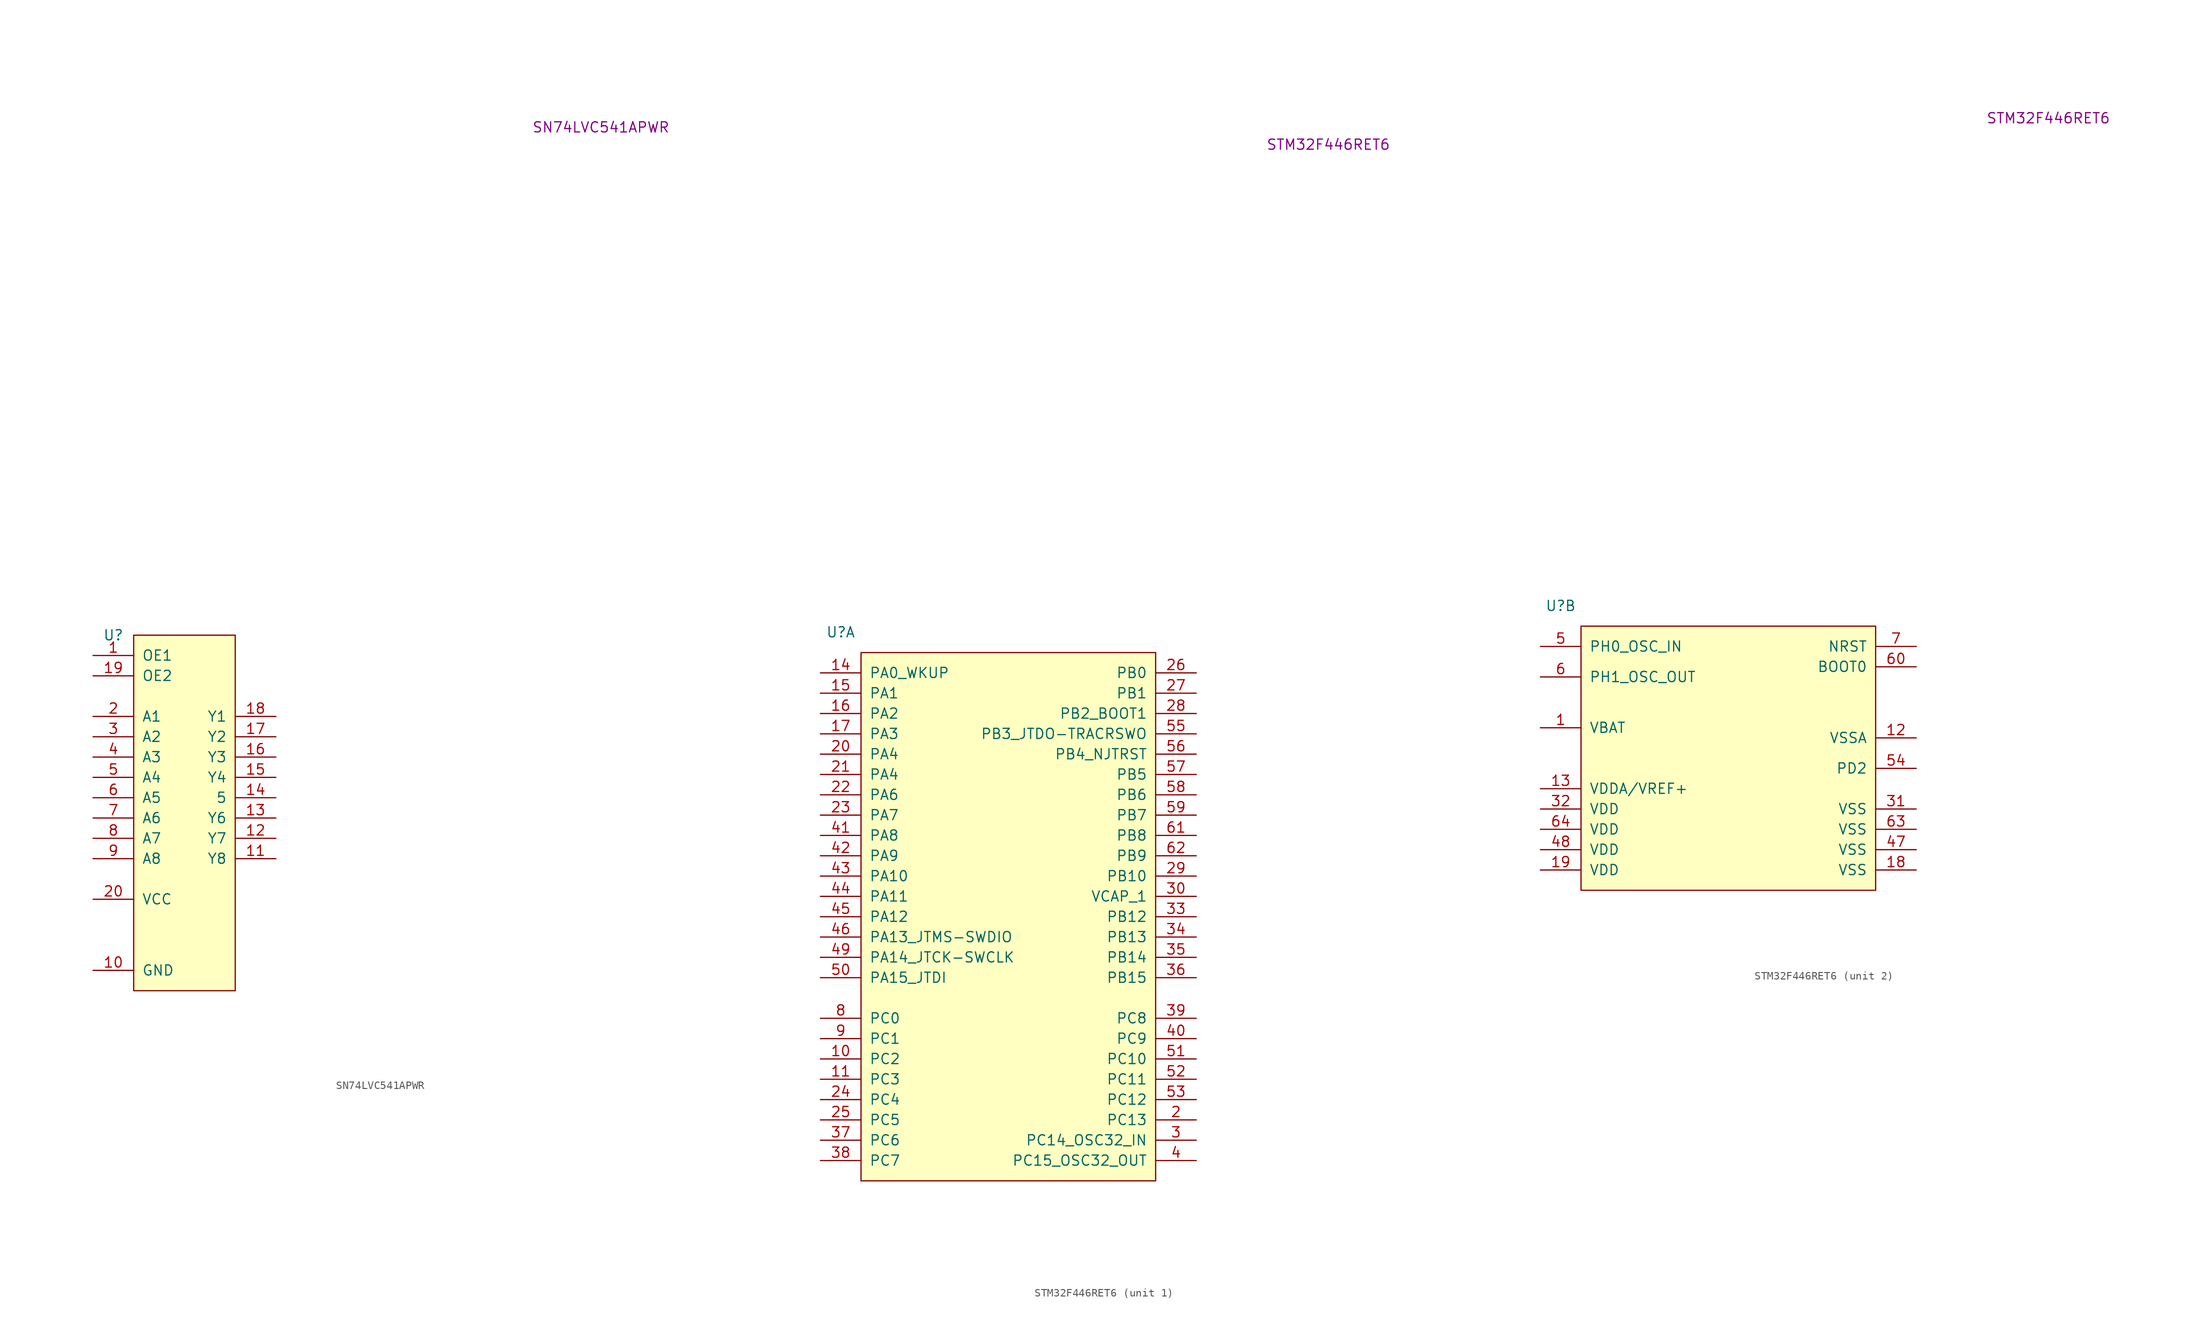
<source format=kicad_sym>
(kicad_symbol_lib
  (version 20220914)
  (generator kicad_symbol_editor)
  (symbol "SN74LVC541APWR"
    (pin_names
      (offset 1.016))
    (property "Reference" "U"
      (at -2.54 0 0)
      (effects (font (size 1.27 1.27))))
    (property "_Value_" "SN74LVC541APWR"
      (at 58.42 63.5 0)
      (effects (font (size 1.27 1.27))))
    (symbol "SN74LVC541APWR_0_1"
      (rectangle (start 0 0) (end 12.7 -44.45) (stroke (width 0) (type default)) (fill (type background))))
    (symbol "SN74LVC541APWR_1_1"
      (pin input line (at -5.08 -2.54 0) (length 5.08) (name "OE1" (effects (font (size 1.27 1.27)))) (number "1" (effects (font (size 1.27 1.27)))))
      (pin input line (at -5.08 -41.91 0) (length 5.08) (name "GND" (effects (font (size 1.27 1.27)))) (number "10" (effects (font (size 1.27 1.27)))))
      (pin output line (at 17.78 -27.94 180) (length 5.08) (name "Y8" (effects (font (size 1.27 1.27)))) (number "11" (effects (font (size 1.27 1.27)))))
      (pin output line (at 17.78 -25.4 180) (length 5.08) (name "Y7" (effects (font (size 1.27 1.27)))) (number "12" (effects (font (size 1.27 1.27)))))
      (pin output line (at 17.78 -22.86 180) (length 5.08) (name "Y6" (effects (font (size 1.27 1.27)))) (number "13" (effects (font (size 1.27 1.27)))))
      (pin output line (at 17.78 -20.32 180) (length 5.08) (name "5" (effects (font (size 1.27 1.27)))) (number "14" (effects (font (size 1.27 1.27)))))
      (pin output line (at 17.78 -17.78 180) (length 5.08) (name "Y4" (effects (font (size 1.27 1.27)))) (number "15" (effects (font (size 1.27 1.27)))))
      (pin output line (at 17.78 -15.24 180) (length 5.08) (name "Y3" (effects (font (size 1.27 1.27)))) (number "16" (effects (font (size 1.27 1.27)))))
      (pin output line (at 17.78 -12.7 180) (length 5.08) (name "Y2" (effects (font (size 1.27 1.27)))) (number "17" (effects (font (size 1.27 1.27)))))
      (pin output line (at 17.78 -10.16 180) (length 5.08) (name "Y1" (effects (font (size 1.27 1.27)))) (number "18" (effects (font (size 1.27 1.27)))))
      (pin output line (at -5.08 -5.08 0) (length 5.08) (name "OE2" (effects (font (size 1.27 1.27)))) (number "19" (effects (font (size 1.27 1.27)))))
      (pin input line (at -5.08 -10.16 0) (length 5.08) (name "A1" (effects (font (size 1.27 1.27)))) (number "2" (effects (font (size 1.27 1.27)))))
      (pin output line (at -5.08 -33.02 0) (length 5.08) (name "VCC" (effects (font (size 1.27 1.27)))) (number "20" (effects (font (size 1.27 1.27)))))
      (pin input line (at -5.08 -12.7 0) (length 5.08) (name "A2" (effects (font (size 1.27 1.27)))) (number "3" (effects (font (size 1.27 1.27)))))
      (pin input line (at -5.08 -15.24 0) (length 5.08) (name "A3" (effects (font (size 1.27 1.27)))) (number "4" (effects (font (size 1.27 1.27)))))
      (pin input line (at -5.08 -17.78 0) (length 5.08) (name "A4" (effects (font (size 1.27 1.27)))) (number "5" (effects (font (size 1.27 1.27)))))
      (pin input line (at -5.08 -20.32 0) (length 5.08) (name "A5" (effects (font (size 1.27 1.27)))) (number "6" (effects (font (size 1.27 1.27)))))
      (pin input line (at -5.08 -22.86 0) (length 5.08) (name "A6" (effects (font (size 1.27 1.27)))) (number "7" (effects (font (size 1.27 1.27)))))
      (pin input line (at -5.08 -25.4 0) (length 5.08) (name "A7" (effects (font (size 1.27 1.27)))) (number "8" (effects (font (size 1.27 1.27)))))
      (pin input line (at -5.08 -27.94 0) (length 5.08) (name "A8" (effects (font (size 1.27 1.27)))) (number "9" (effects (font (size 1.27 1.27)))))))
  (symbol "STM32F446RET6"
    (pin_names
      (offset 1.016))
    (property "Reference" "U"
      (at -2.54 2.54 0)
      (effects (font (size 1.27 1.27))))
    (property "_Value_" "STM32F446RET6"
      (at 58.42 63.5 0)
      (effects (font (size 1.27 1.27))))
    (property "ki_locked" ""
      (at 0 0 0)
      (effects (font (size 1.27 1.27))))
    (symbol "STM32F446RET6_1_1"
      (rectangle (start 0 0) (end 36.83 -66.04) (stroke (width 0) (type default)) (fill (type background)))
      (pin bidirectional line (at -5.08 -50.8 0) (length 5.08) (name "PC2" (effects (font (size 1.27 1.27)))) (number "10" (effects (font (size 1.27 1.27)))))
      (pin bidirectional line (at -5.08 -53.34 0) (length 5.08) (name "PC3" (effects (font (size 1.27 1.27)))) (number "11" (effects (font (size 1.27 1.27)))))
      (pin bidirectional line (at -5.08 -2.54 0) (length 5.08) (name "PA0_WKUP" (effects (font (size 1.27 1.27)))) (number "14" (effects (font (size 1.27 1.27)))))
      (pin bidirectional line (at -5.08 -5.08 0) (length 5.08) (name "PA1" (effects (font (size 1.27 1.27)))) (number "15" (effects (font (size 1.27 1.27)))))
      (pin bidirectional line (at -5.08 -7.62 0) (length 5.08) (name "PA2" (effects (font (size 1.27 1.27)))) (number "16" (effects (font (size 1.27 1.27)))))
      (pin bidirectional line (at -5.08 -10.16 0) (length 5.08) (name "PA3" (effects (font (size 1.27 1.27)))) (number "17" (effects (font (size 1.27 1.27)))))
      (pin bidirectional line (at 41.91 -58.42 180) (length 5.08) (name "PC13" (effects (font (size 1.27 1.27)))) (number "2" (effects (font (size 1.27 1.27)))))
      (pin bidirectional line (at -5.08 -12.7 0) (length 5.08) (name "PA4" (effects (font (size 1.27 1.27)))) (number "20" (effects (font (size 1.27 1.27)))))
      (pin bidirectional line (at -5.08 -15.24 0) (length 5.08) (name "PA4" (effects (font (size 1.27 1.27)))) (number "21" (effects (font (size 1.27 1.27)))))
      (pin bidirectional line (at -5.08 -17.78 0) (length 5.08) (name "PA6" (effects (font (size 1.27 1.27)))) (number "22" (effects (font (size 1.27 1.27)))))
      (pin bidirectional line (at -5.08 -20.32 0) (length 5.08) (name "PA7" (effects (font (size 1.27 1.27)))) (number "23" (effects (font (size 1.27 1.27)))))
      (pin bidirectional line (at -5.08 -55.88 0) (length 5.08) (name "PC4" (effects (font (size 1.27 1.27)))) (number "24" (effects (font (size 1.27 1.27)))))
      (pin bidirectional line (at -5.08 -58.42 0) (length 5.08) (name "PC5" (effects (font (size 1.27 1.27)))) (number "25" (effects (font (size 1.27 1.27)))))
      (pin bidirectional line (at 41.91 -2.54 180) (length 5.08) (name "PB0" (effects (font (size 1.27 1.27)))) (number "26" (effects (font (size 1.27 1.27)))))
      (pin bidirectional line (at 41.91 -5.08 180) (length 5.08) (name "PB1" (effects (font (size 1.27 1.27)))) (number "27" (effects (font (size 1.27 1.27)))))
      (pin bidirectional line (at 41.91 -7.62 180) (length 5.08) (name "PB2_BOOT1" (effects (font (size 1.27 1.27)))) (number "28" (effects (font (size 1.27 1.27)))))
      (pin bidirectional line (at 41.91 -27.94 180) (length 5.08) (name "PB10" (effects (font (size 1.27 1.27)))) (number "29" (effects (font (size 1.27 1.27)))))
      (pin bidirectional line (at 41.91 -60.96 180) (length 5.08) (name "PC14_OSC32_IN" (effects (font (size 1.27 1.27)))) (number "3" (effects (font (size 1.27 1.27)))))
      (pin bidirectional line (at 41.91 -30.48 180) (length 5.08) (name "VCAP_1" (effects (font (size 1.27 1.27)))) (number "30" (effects (font (size 1.27 1.27)))))
      (pin bidirectional line (at 41.91 -33.02 180) (length 5.08) (name "PB12" (effects (font (size 1.27 1.27)))) (number "33" (effects (font (size 1.27 1.27)))))
      (pin bidirectional line (at 41.91 -35.56 180) (length 5.08) (name "PB13" (effects (font (size 1.27 1.27)))) (number "34" (effects (font (size 1.27 1.27)))))
      (pin bidirectional line (at 41.91 -38.1 180) (length 5.08) (name "PB14" (effects (font (size 1.27 1.27)))) (number "35" (effects (font (size 1.27 1.27)))))
      (pin bidirectional line (at 41.91 -40.64 180) (length 5.08) (name "PB15" (effects (font (size 1.27 1.27)))) (number "36" (effects (font (size 1.27 1.27)))))
      (pin bidirectional line (at -5.08 -60.96 0) (length 5.08) (name "PC6" (effects (font (size 1.27 1.27)))) (number "37" (effects (font (size 1.27 1.27)))))
      (pin bidirectional line (at -5.08 -63.5 0) (length 5.08) (name "PC7" (effects (font (size 1.27 1.27)))) (number "38" (effects (font (size 1.27 1.27)))))
      (pin bidirectional line (at 41.91 -45.72 180) (length 5.08) (name "PC8" (effects (font (size 1.27 1.27)))) (number "39" (effects (font (size 1.27 1.27)))))
      (pin bidirectional line (at 41.91 -63.5 180) (length 5.08) (name "PC15_OSC32_OUT" (effects (font (size 1.27 1.27)))) (number "4" (effects (font (size 1.27 1.27)))))
      (pin bidirectional line (at 41.91 -48.26 180) (length 5.08) (name "PC9" (effects (font (size 1.27 1.27)))) (number "40" (effects (font (size 1.27 1.27)))))
      (pin bidirectional line (at -5.08 -22.86 0) (length 5.08) (name "PA8" (effects (font (size 1.27 1.27)))) (number "41" (effects (font (size 1.27 1.27)))))
      (pin bidirectional line (at -5.08 -25.4 0) (length 5.08) (name "PA9" (effects (font (size 1.27 1.27)))) (number "42" (effects (font (size 1.27 1.27)))))
      (pin bidirectional line (at -5.08 -27.94 0) (length 5.08) (name "PA10" (effects (font (size 1.27 1.27)))) (number "43" (effects (font (size 1.27 1.27)))))
      (pin bidirectional line (at -5.08 -30.48 0) (length 5.08) (name "PA11" (effects (font (size 1.27 1.27)))) (number "44" (effects (font (size 1.27 1.27)))))
      (pin bidirectional line (at -5.08 -33.02 0) (length 5.08) (name "PA12" (effects (font (size 1.27 1.27)))) (number "45" (effects (font (size 1.27 1.27)))))
      (pin bidirectional line (at -5.08 -35.56 0) (length 5.08) (name "PA13_JTMS-SWDIO" (effects (font (size 1.27 1.27)))) (number "46" (effects (font (size 1.27 1.27)))))
      (pin bidirectional line (at -5.08 -38.1 0) (length 5.08) (name "PA14_JTCK-SWCLK" (effects (font (size 1.27 1.27)))) (number "49" (effects (font (size 1.27 1.27)))))
      (pin bidirectional line (at -5.08 -40.64 0) (length 5.08) (name "PA15_JTDI" (effects (font (size 1.27 1.27)))) (number "50" (effects (font (size 1.27 1.27)))))
      (pin bidirectional line (at 41.91 -50.8 180) (length 5.08) (name "PC10" (effects (font (size 1.27 1.27)))) (number "51" (effects (font (size 1.27 1.27)))))
      (pin bidirectional line (at 41.91 -53.34 180) (length 5.08) (name "PC11" (effects (font (size 1.27 1.27)))) (number "52" (effects (font (size 1.27 1.27)))))
      (pin bidirectional line (at 41.91 -55.88 180) (length 5.08) (name "PC12" (effects (font (size 1.27 1.27)))) (number "53" (effects (font (size 1.27 1.27)))))
      (pin bidirectional line (at 41.91 -10.16 180) (length 5.08) (name "PB3_JTDO-TRACRSWO" (effects (font (size 1.27 1.27)))) (number "55" (effects (font (size 1.27 1.27)))))
      (pin bidirectional line (at 41.91 -12.7 180) (length 5.08) (name "PB4_NJTRST" (effects (font (size 1.27 1.27)))) (number "56" (effects (font (size 1.27 1.27)))))
      (pin bidirectional line (at 41.91 -15.24 180) (length 5.08) (name "PB5" (effects (font (size 1.27 1.27)))) (number "57" (effects (font (size 1.27 1.27)))))
      (pin bidirectional line (at 41.91 -17.78 180) (length 5.08) (name "PB6" (effects (font (size 1.27 1.27)))) (number "58" (effects (font (size 1.27 1.27)))))
      (pin bidirectional line (at 41.91 -20.32 180) (length 5.08) (name "PB7" (effects (font (size 1.27 1.27)))) (number "59" (effects (font (size 1.27 1.27)))))
      (pin bidirectional line (at 41.91 -22.86 180) (length 5.08) (name "PB8" (effects (font (size 1.27 1.27)))) (number "61" (effects (font (size 1.27 1.27)))))
      (pin bidirectional line (at 41.91 -25.4 180) (length 5.08) (name "PB9" (effects (font (size 1.27 1.27)))) (number "62" (effects (font (size 1.27 1.27)))))
      (pin bidirectional line (at -5.08 -45.72 0) (length 5.08) (name "PC0" (effects (font (size 1.27 1.27)))) (number "8" (effects (font (size 1.27 1.27)))))
      (pin bidirectional line (at -5.08 -48.26 0) (length 5.08) (name "PC1" (effects (font (size 1.27 1.27)))) (number "9" (effects (font (size 1.27 1.27))))))
    (symbol "STM32F446RET6_2_1"
      (rectangle (start 0 0) (end 36.83 -33.02) (stroke (width 0) (type default)) (fill (type background)))
      (pin power_in line (at -5.08 -12.7 0) (length 5.08) (name "VBAT" (effects (font (size 1.27 1.27)))) (number "1" (effects (font (size 1.27 1.27)))))
      (pin passive line (at 41.91 -13.97 180) (length 5.08) (name "VSSA" (effects (font (size 1.27 1.27)))) (number "12" (effects (font (size 1.27 1.27)))))
      (pin power_in line (at -5.08 -20.32 0) (length 5.08) (name "VDDA/VREF+" (effects (font (size 1.27 1.27)))) (number "13" (effects (font (size 1.27 1.27)))))
      (pin passive line (at 41.91 -30.48 180) (length 5.08) (name "VSS" (effects (font (size 1.27 1.27)))) (number "18" (effects (font (size 1.27 1.27)))))
      (pin power_in line (at -5.08 -30.48 0) (length 5.08) (name "VDD" (effects (font (size 1.27 1.27)))) (number "19" (effects (font (size 1.27 1.27)))))
      (pin passive line (at 41.91 -22.86 180) (length 5.08) (name "VSS" (effects (font (size 1.27 1.27)))) (number "31" (effects (font (size 1.27 1.27)))))
      (pin power_in line (at -5.08 -22.86 0) (length 5.08) (name "VDD" (effects (font (size 1.27 1.27)))) (number "32" (effects (font (size 1.27 1.27)))))
      (pin passive line (at 41.91 -27.94 180) (length 5.08) (name "VSS" (effects (font (size 1.27 1.27)))) (number "47" (effects (font (size 1.27 1.27)))))
      (pin power_in line (at -5.08 -27.94 0) (length 5.08) (name "VDD" (effects (font (size 1.27 1.27)))) (number "48" (effects (font (size 1.27 1.27)))))
      (pin input line (at -5.08 -2.54 0) (length 5.08) (name "PH0_OSC_IN" (effects (font (size 1.27 1.27)))) (number "5" (effects (font (size 1.27 1.27)))))
      (pin bidirectional line (at 41.91 -17.78 180) (length 5.08) (name "PD2" (effects (font (size 1.27 1.27)))) (number "54" (effects (font (size 1.27 1.27)))))
      (pin output line (at -5.08 -6.35 0) (length 5.08) (name "PH1_OSC_OUT" (effects (font (size 1.27 1.27)))) (number "6" (effects (font (size 1.27 1.27)))))
      (pin input line (at 41.91 -5.08 180) (length 5.08) (name "BOOT0" (effects (font (size 1.27 1.27)))) (number "60" (effects (font (size 1.27 1.27)))))
      (pin passive line (at 41.91 -25.4 180) (length 5.08) (name "VSS" (effects (font (size 1.27 1.27)))) (number "63" (effects (font (size 1.27 1.27)))))
      (pin power_in line (at -5.08 -25.4 0) (length 5.08) (name "VDD" (effects (font (size 1.27 1.27)))) (number "64" (effects (font (size 1.27 1.27)))))
      (pin input line (at 41.91 -2.54 180) (length 5.08) (name "NRST" (effects (font (size 1.27 1.27)))) (number "7" (effects (font (size 1.27 1.27))))))))
</source>
